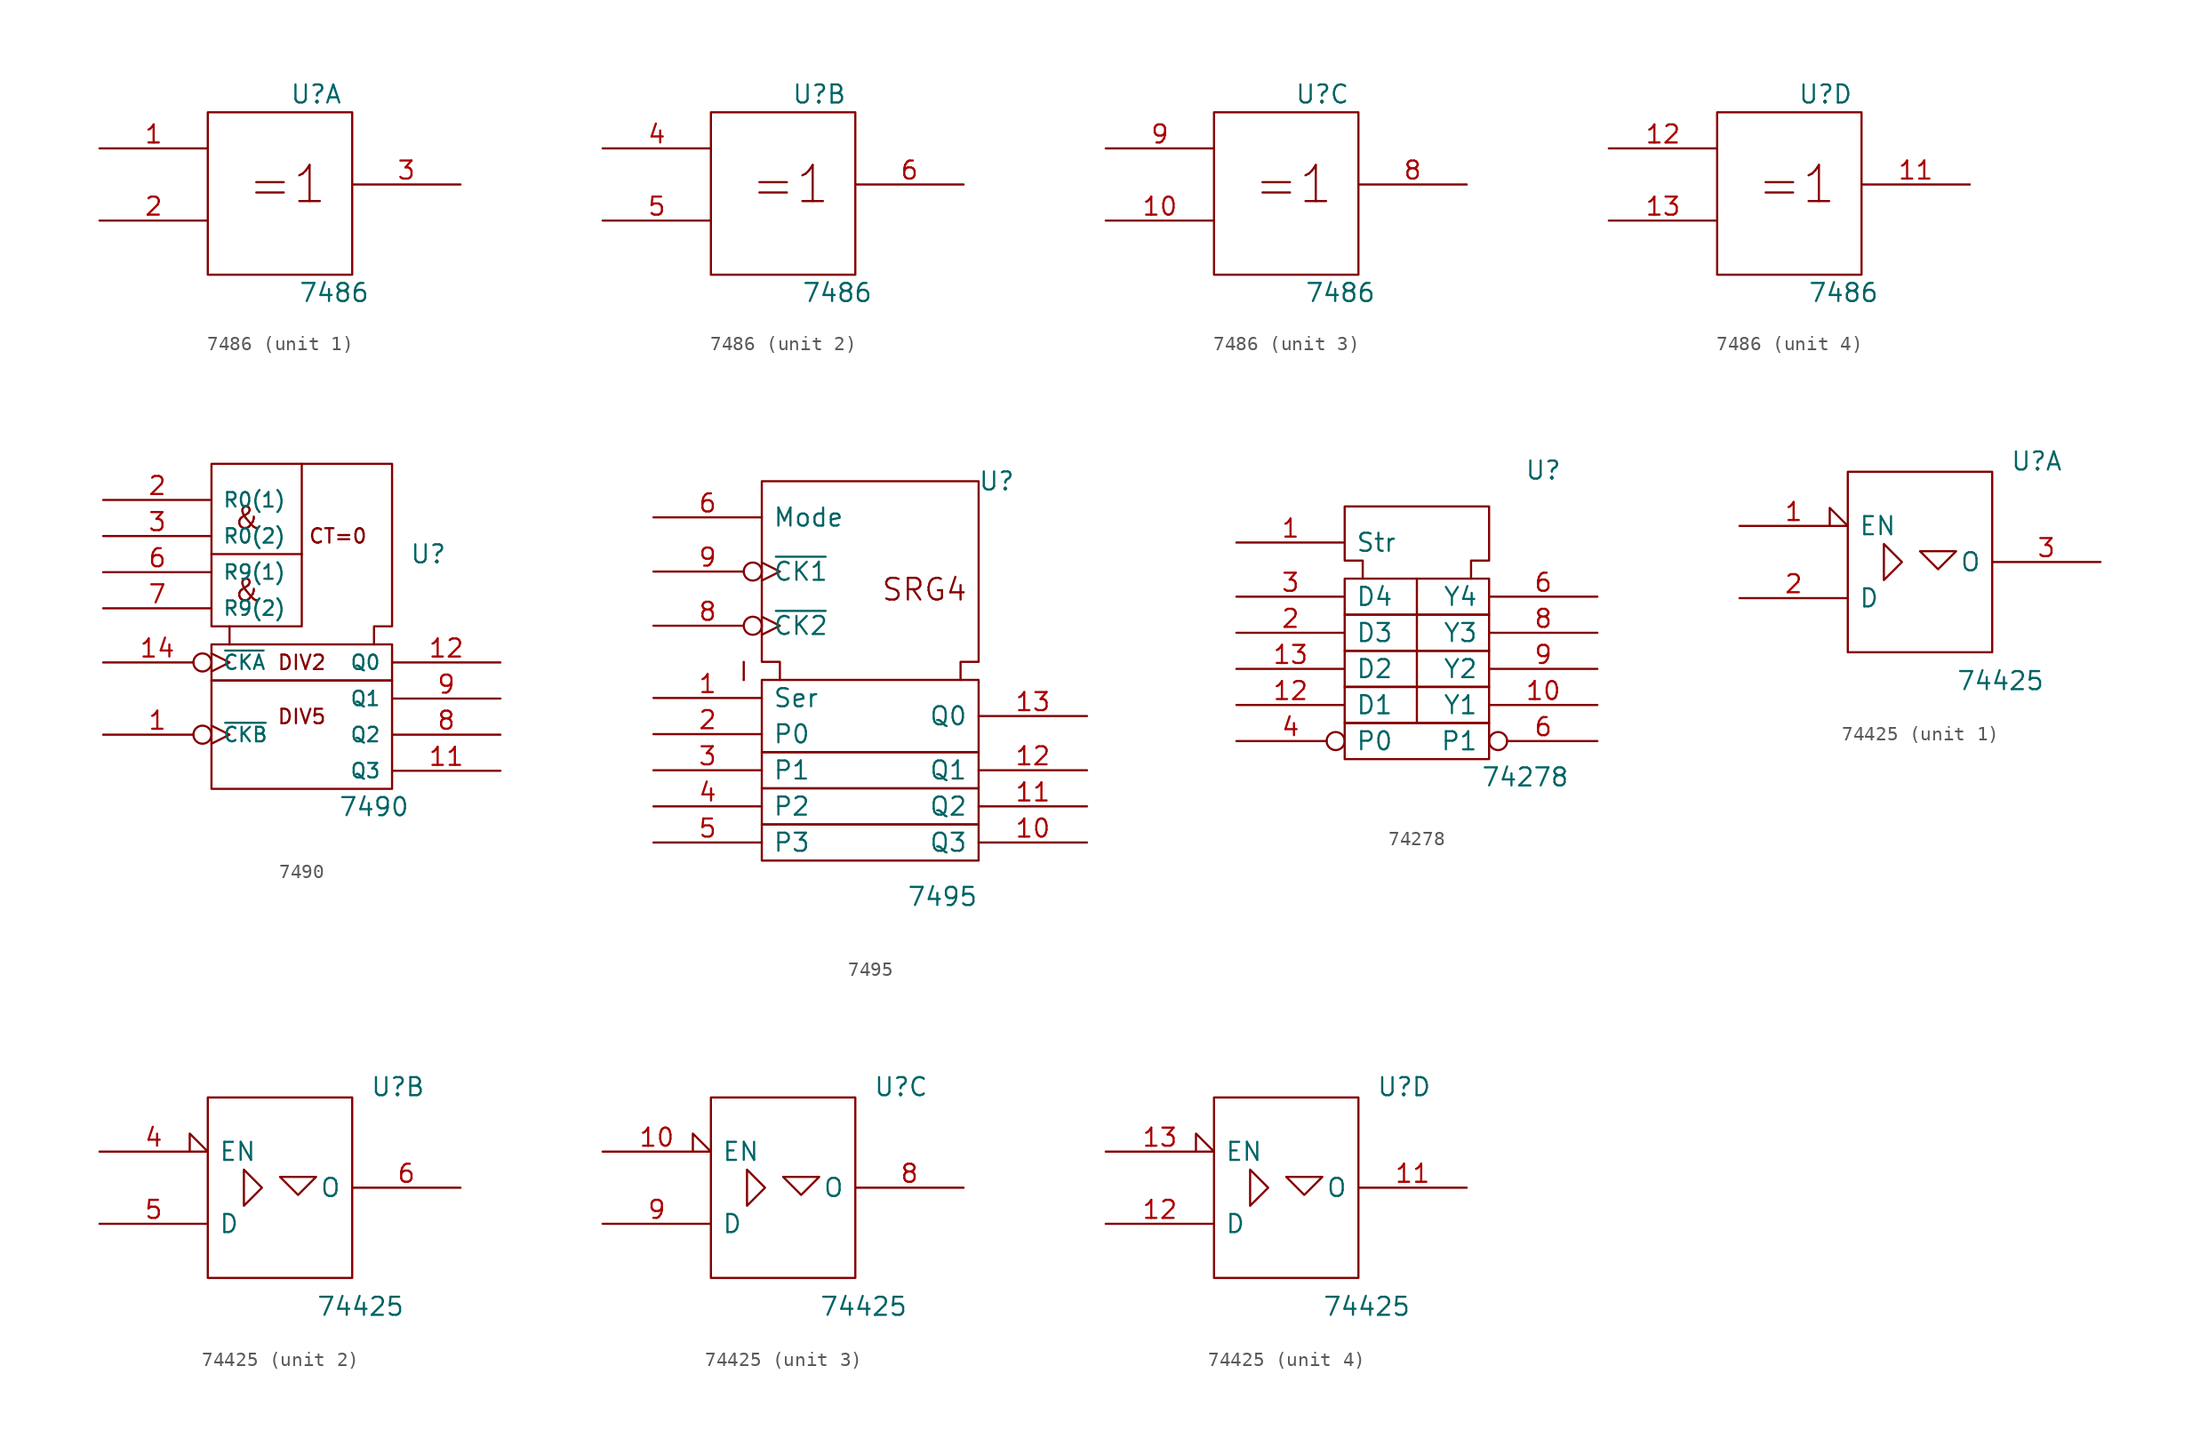
<source format=kicad_sym>
(kicad_symbol_lib
  (version 20231120)
  (generator "kicad_symbol_editor")
  (generator_version "8.0")
  (symbol "7486"
    (pin_names
      (offset 0.762))
    (property "Reference" "U"
      (at 2.54 6.35 0)
      (effects (font (size 1.27 1.27))))
    (property "Value" "7486"
      (at 3.81 -7.62 0)
      (effects (font (size 1.27 1.27))))
    (symbol "7486_0_1"
      (rectangle (start -5.08 5.08) (end 5.08 -6.35) (stroke (width 0) (type default)) (fill (type none)))
      (text "=1" (at 0.508 0 0) (effects (font (size 2.54 2.54))))
      (pin power_in line (at 0 5.08 270) (length 0) hide (name "Vcc" (effects (font (size 1.27 1.27)))) (number "14" (effects (font (size 1.27 1.27)))))
      (pin power_in line (at 0 -6.35 90) (length 0) hide (name "Gnd" (effects (font (size 1.27 1.27)))) (number "7" (effects (font (size 1.27 1.27))))))
    (symbol "7486_1_1"
      (pin input line (at -12.7 2.54 0) (length 7.62) (name "~" (effects (font (size 1.27 1.27)))) (number "1" (effects (font (size 1.27 1.27)))))
      (pin input line (at -12.7 -2.54 0) (length 7.62) (name "~" (effects (font (size 1.27 1.27)))) (number "2" (effects (font (size 1.27 1.27)))))
      (pin output line (at 12.7 0 180) (length 7.62) (name "~" (effects (font (size 1.27 1.27)))) (number "3" (effects (font (size 1.27 1.27))))))
    (symbol "7486_2_1"
      (pin input line (at -12.7 2.54 0) (length 7.62) (name "~" (effects (font (size 1.27 1.27)))) (number "4" (effects (font (size 1.27 1.27)))))
      (pin input line (at -12.7 -2.54 0) (length 7.62) (name "~" (effects (font (size 1.27 1.27)))) (number "5" (effects (font (size 1.27 1.27)))))
      (pin output line (at 12.7 0 180) (length 7.62) (name "~" (effects (font (size 1.27 1.27)))) (number "6" (effects (font (size 1.27 1.27))))))
    (symbol "7486_3_1"
      (pin input line (at -12.7 -2.54 0) (length 7.62) (name "~" (effects (font (size 1.27 1.27)))) (number "10" (effects (font (size 1.27 1.27)))))
      (pin output line (at 12.7 0 180) (length 7.62) (name "~" (effects (font (size 1.27 1.27)))) (number "8" (effects (font (size 1.27 1.27)))))
      (pin input line (at -12.7 2.54 0) (length 7.62) (name "~" (effects (font (size 1.27 1.27)))) (number "9" (effects (font (size 1.27 1.27))))))
    (symbol "7486_4_1"
      (pin output line (at 12.7 0 180) (length 7.62) (name "~" (effects (font (size 1.27 1.27)))) (number "11" (effects (font (size 1.27 1.27)))))
      (pin input line (at -12.7 2.54 0) (length 7.62) (name "~" (effects (font (size 1.27 1.27)))) (number "12" (effects (font (size 1.27 1.27)))))
      (pin input line (at -12.7 -2.54 0) (length 7.62) (name "~" (effects (font (size 1.27 1.27)))) (number "13" (effects (font (size 1.27 1.27)))))))
  (symbol "7490"
    (pin_names
      (offset 0.762))
    (property "Reference" "U"
      (at 8.89 15.24 0)
      (effects (font (size 1.27 1.27))))
    (property "Value" "7490"
      (at 5.08 -2.54 0)
      (effects (font (size 1.27 1.27))))
    (symbol "7490_0_0"
      (rectangle (start -6.35 6.35) (end 6.35 -1.27) (stroke (width 0) (type default)) (fill (type none)))
      (rectangle (start -6.35 8.89) (end 6.35 6.35) (stroke (width 0) (type default)) (fill (type none)))
      (polyline (pts (xy 0 15.24) (xy -6.35 15.24) (xy -6.35 15.24)) (stroke (width 0) (type default)) (fill (type none)))
      (polyline (pts (xy 0 21.59) (xy 0 15.24) (xy 0 15.24)) (stroke (width 0) (type default)) (fill (type none)))
      (polyline (pts (xy 0 15.24) (xy 0 10.16) (xy -5.08 10.16) (xy -5.08 10.16)) (stroke (width 0) (type default)) (fill (type none)))
      (polyline (pts (xy -5.08 8.89) (xy -5.08 10.16) (xy -6.35 10.16) (xy -6.35 21.59) (xy 6.35 21.59) (xy 6.35 10.16) (xy 5.08 10.16) (xy 5.08 8.89) (xy 5.08 8.89)) (stroke (width 0) (type default)) (fill (type none)))
      (text "&" (at -3.81 12.7 0) (effects (font (size 1.524 1.524))))
      (text "&" (at -3.81 17.78 0) (effects (font (size 1.524 1.524))))
      (text "CT=0" (at 2.54 16.51 0) (effects (font (size 1.016 1.016))))
      (text "DIV2" (at 0 7.62 0) (effects (font (size 1.016 1.016))))
      (text "DIV5" (at 0 3.81 0) (effects (font (size 1.016 1.016))))
      (pin input line (at 5.08 21.59 270) (length 0) hide (name "GND" (effects (font (size 1.016 1.016)))) (number "10" (effects (font (size 1.27 1.27)))))
      (pin power_in line (at 1.27 21.59 270) (length 0) hide (name "VCC" (effects (font (size 1.016 1.016)))) (number "5" (effects (font (size 1.27 1.27))))))
    (symbol "7490_1_1"
      (pin input inverted_clock (at -13.97 2.54 0) (length 7.62) (name "~{CKB}" (effects (font (size 1.016 1.016)))) (number "1" (effects (font (size 1.27 1.27)))))
      (pin output line (at 13.97 0 180) (length 7.62) (name "Q3" (effects (font (size 1.016 1.016)))) (number "11" (effects (font (size 1.27 1.27)))))
      (pin output line (at 13.97 7.62 180) (length 7.62) (name "Q0" (effects (font (size 1.016 1.016)))) (number "12" (effects (font (size 1.27 1.27)))))
      (pin input inverted_clock (at -13.97 7.62 0) (length 7.62) (name "~{CKA}" (effects (font (size 1.016 1.016)))) (number "14" (effects (font (size 1.27 1.27)))))
      (pin input line (at -13.97 19.05 0) (length 7.62) (name "R0(1)" (effects (font (size 1.016 1.016)))) (number "2" (effects (font (size 1.27 1.27)))))
      (pin input line (at -13.97 16.51 0) (length 7.62) (name "R0(2)" (effects (font (size 1.016 1.016)))) (number "3" (effects (font (size 1.27 1.27)))))
      (pin input line (at -13.97 13.97 0) (length 7.62) (name "R9(1)" (effects (font (size 1.016 1.016)))) (number "6" (effects (font (size 1.27 1.27)))))
      (pin input line (at -13.97 11.43 0) (length 7.62) (name "R9(2)" (effects (font (size 1.016 1.016)))) (number "7" (effects (font (size 1.27 1.27)))))
      (pin output line (at 13.97 2.54 180) (length 7.62) (name "Q2" (effects (font (size 1.016 1.016)))) (number "8" (effects (font (size 1.27 1.27)))))
      (pin output line (at 13.97 5.08 180) (length 7.62) (name "Q1" (effects (font (size 1.016 1.016)))) (number "9" (effects (font (size 1.27 1.27)))))))
  (symbol "7495"
    (pin_names
      (offset 0.762))
    (property "Reference" "U"
      (at 8.89 13.97 0)
      (effects (font (size 1.27 1.27))))
    (property "Value" "7495"
      (at 5.08 -15.24 0)
      (effects (font (size 1.27 1.27))))
    (symbol "7495_0_0"
      (polyline (pts (xy -8.89 0) (xy -8.89 0)) (stroke (width 0) (type default)) (fill (type none)))
      (polyline (pts (xy -8.89 1.27) (xy -8.89 0) (xy -8.89 0)) (stroke (width 0) (type default)) (fill (type none)))
      (text "SRG4" (at 3.81 6.35 0) (effects (font (size 1.524 1.524))))
      (pin power_in line (at 5.08 13.97 270) (length 0) hide (name "VCC" (effects (font (size 1.27 1.27)))) (number "14" (effects (font (size 1.27 1.27)))))
      (pin power_in line (at 0 13.97 270) (length 0) hide (name "GND" (effects (font (size 1.27 1.27)))) (number "7" (effects (font (size 1.27 1.27))))))
    (symbol "7495_0_1"
      (rectangle (start -7.62 -10.16) (end 7.62 -12.7) (stroke (width 0) (type default)) (fill (type none)))
      (rectangle (start -7.62 -7.62) (end 7.62 -10.16) (stroke (width 0) (type default)) (fill (type none)))
      (rectangle (start -7.62 -5.08) (end 7.62 -7.62) (stroke (width 0) (type default)) (fill (type none)))
      (rectangle (start -7.62 0) (end 7.62 -5.08) (stroke (width 0) (type default)) (fill (type none)))
      (polyline (pts (xy -6.35 0) (xy -6.35 1.27) (xy -7.62 1.27) (xy -7.62 13.97) (xy 7.62 13.97) (xy 7.62 1.27) (xy 6.35 1.27) (xy 6.35 0) (xy 6.35 0)) (stroke (width 0) (type default)) (fill (type none))))
    (symbol "7495_1_1"
      (pin input line (at -15.24 -1.27 0) (length 7.62) (name "Ser" (effects (font (size 1.27 1.27)))) (number "1" (effects (font (size 1.27 1.27)))))
      (pin output line (at 15.24 -11.43 180) (length 7.62) (name "Q3" (effects (font (size 1.27 1.27)))) (number "10" (effects (font (size 1.27 1.27)))))
      (pin output line (at 15.24 -8.89 180) (length 7.62) (name "Q2" (effects (font (size 1.27 1.27)))) (number "11" (effects (font (size 1.27 1.27)))))
      (pin output line (at 15.24 -6.35 180) (length 7.62) (name "Q1" (effects (font (size 1.27 1.27)))) (number "12" (effects (font (size 1.27 1.27)))))
      (pin output line (at 15.24 -2.54 180) (length 7.62) (name "Q0" (effects (font (size 1.27 1.27)))) (number "13" (effects (font (size 1.27 1.27)))))
      (pin input line (at -15.24 -3.81 0) (length 7.62) (name "P0" (effects (font (size 1.27 1.27)))) (number "2" (effects (font (size 1.27 1.27)))))
      (pin input line (at -15.24 -6.35 0) (length 7.62) (name "P1" (effects (font (size 1.27 1.27)))) (number "3" (effects (font (size 1.27 1.27)))))
      (pin input line (at -15.24 -8.89 0) (length 7.62) (name "P2" (effects (font (size 1.27 1.27)))) (number "4" (effects (font (size 1.27 1.27)))))
      (pin input line (at -15.24 -11.43 0) (length 7.62) (name "P3" (effects (font (size 1.27 1.27)))) (number "5" (effects (font (size 1.27 1.27)))))
      (pin input line (at -15.24 11.43 0) (length 7.62) (name "Mode" (effects (font (size 1.27 1.27)))) (number "6" (effects (font (size 1.27 1.27)))))
      (pin input inverted_clock (at -15.24 3.81 0) (length 7.62) (name "~{CK2}" (effects (font (size 1.27 1.27)))) (number "8" (effects (font (size 1.27 1.27)))))
      (pin input inverted_clock (at -15.24 7.62 0) (length 7.62) (name "~{CK1}" (effects (font (size 1.27 1.27)))) (number "9" (effects (font (size 1.27 1.27)))))))
  (symbol "74278"
    (pin_names
      (offset 0.762))
    (property "Reference" "U"
      (at 8.89 10.16 0)
      (effects (font (size 1.27 1.27))))
    (property "Value" "74278"
      (at 7.62 -11.43 0)
      (effects (font (size 1.27 1.27))))
    (symbol "74278_0_0"
      (rectangle (start -5.08 -7.62) (end 5.08 -10.16) (stroke (width 0) (type default)) (fill (type none)))
      (rectangle (start -5.08 -5.08) (end 5.08 -7.62) (stroke (width 0) (type default)) (fill (type none)))
      (rectangle (start -5.08 -2.54) (end 5.08 -5.08) (stroke (width 0) (type default)) (fill (type none)))
      (rectangle (start -5.08 0) (end 5.08 -2.54) (stroke (width 0) (type default)) (fill (type none)))
      (rectangle (start -5.08 2.54) (end 5.08 0) (stroke (width 0) (type default)) (fill (type none)))
      (polyline (pts (xy 0 2.54) (xy 0 -7.62) (xy 0 -7.62)) (stroke (width 0) (type default)) (fill (type none)))
      (polyline (pts (xy -3.81 2.54) (xy -3.81 3.81) (xy -5.08 3.81) (xy -5.08 7.62) (xy 5.08 7.62) (xy 5.08 3.81) (xy 3.81 3.81) (xy 3.81 2.54) (xy 3.81 2.54)) (stroke (width 0) (type default)) (fill (type none)))
      (pin power_in line (at 3.81 7.62 270) (length 0) hide (name "VCC" (effects (font (size 1.27 1.27)))) (number "14" (effects (font (size 1.27 1.27)))))
      (pin power_in line (at 0 7.62 270) (length 0) hide (name "Gnd" (effects (font (size 1.27 1.27)))) (number "7" (effects (font (size 1.27 1.27))))))
    (symbol "74278_1_1"
      (pin input line (at -12.7 5.08 0) (length 7.62) (name "Str" (effects (font (size 1.27 1.27)))) (number "1" (effects (font (size 1.27 1.27)))))
      (pin output line (at 12.7 -6.35 180) (length 7.62) (name "Y1" (effects (font (size 1.27 1.27)))) (number "10" (effects (font (size 1.27 1.27)))))
      (pin input line (at -12.7 -6.35 0) (length 7.62) (name "D1" (effects (font (size 1.27 1.27)))) (number "12" (effects (font (size 1.27 1.27)))))
      (pin input line (at -12.7 -3.81 0) (length 7.62) (name "D2" (effects (font (size 1.27 1.27)))) (number "13" (effects (font (size 1.27 1.27)))))
      (pin input line (at -12.7 -1.27 0) (length 7.62) (name "D3" (effects (font (size 1.27 1.27)))) (number "2" (effects (font (size 1.27 1.27)))))
      (pin input line (at -12.7 1.27 0) (length 7.62) (name "D4" (effects (font (size 1.27 1.27)))) (number "3" (effects (font (size 1.27 1.27)))))
      (pin input inverted (at -12.7 -8.89 0) (length 7.62) (name "P0" (effects (font (size 1.27 1.27)))) (number "4" (effects (font (size 1.27 1.27)))))
      (pin output inverted (at 12.7 -8.89 180) (length 7.62) (name "P1" (effects (font (size 1.27 1.27)))) (number "6" (effects (font (size 1.27 1.27)))))
      (pin output line (at 12.7 1.27 180) (length 7.62) (name "Y4" (effects (font (size 1.27 1.27)))) (number "6" (effects (font (size 1.27 1.27)))))
      (pin output line (at 12.7 -1.27 180) (length 7.62) (name "Y3" (effects (font (size 1.27 1.27)))) (number "8" (effects (font (size 1.27 1.27)))))
      (pin output line (at 12.7 -3.81 180) (length 7.62) (name "Y2" (effects (font (size 1.27 1.27)))) (number "9" (effects (font (size 1.27 1.27)))))))
  (symbol "74425"
    (pin_names
      (offset 0.762))
    (property "Reference" "U"
      (at 6.35 6.35 0)
      (effects (font (size 1.27 1.27)) (justify left bottom)))
    (property "Value" "74425"
      (at 2.54 -7.62 0)
      (effects (font (size 1.27 1.27)) (justify left top)))
    (symbol "74425_0_1"
      (rectangle (start -5.08 6.35) (end 5.08 -6.35) (stroke (width 0) (type default)) (fill (type none)))
      (polyline (pts (xy -2.54 1.27) (xy -2.54 -1.27) (xy -1.27 0) (xy -2.54 1.27) (xy -2.54 1.27)) (stroke (width 0) (type default)) (fill (type none)))
      (polyline (pts (xy 0 0.762) (xy 2.54 0.762) (xy 1.27 -0.508) (xy 0 0.762) (xy 0 0.762)) (stroke (width 0) (type default)) (fill (type none)))
      (pin power_in line (at 0 6.35 270) (length 0) hide (name "VCC" (effects (font (size 1.27 1.27)))) (number "14" (effects (font (size 1.27 1.27)))))
      (pin power_in line (at 0 -6.35 90) (length 0) hide (name "GND" (effects (font (size 1.27 1.27)))) (number "7" (effects (font (size 1.27 1.27))))))
    (symbol "74425_1_0"
      (pin input input_low (at -12.7 2.54 0) (length 7.62) (name "EN" (effects (font (size 1.27 1.27)))) (number "1" (effects (font (size 1.27 1.27))))))
    (symbol "74425_1_1"
      (pin input line (at -12.7 -2.54 0) (length 7.62) (name "D" (effects (font (size 1.27 1.27)))) (number "2" (effects (font (size 1.27 1.27)))))
      (pin tri_state line (at 12.7 0 180) (length 7.62) (name "O" (effects (font (size 1.27 1.27)))) (number "3" (effects (font (size 1.27 1.27))))))
    (symbol "74425_2_0"
      (pin input input_low (at -12.7 2.54 0) (length 7.62) (name "EN" (effects (font (size 1.27 1.27)))) (number "4" (effects (font (size 1.27 1.27))))))
    (symbol "74425_2_1"
      (pin input line (at -12.7 -2.54 0) (length 7.62) (name "D" (effects (font (size 1.27 1.27)))) (number "5" (effects (font (size 1.27 1.27)))))
      (pin tri_state line (at 12.7 0 180) (length 7.62) (name "O" (effects (font (size 1.27 1.27)))) (number "6" (effects (font (size 1.27 1.27))))))
    (symbol "74425_3_0"
      (pin input input_low (at -12.7 2.54 0) (length 7.62) (name "EN" (effects (font (size 1.27 1.27)))) (number "10" (effects (font (size 1.27 1.27))))))
    (symbol "74425_3_1"
      (pin tri_state line (at 12.7 0 180) (length 7.62) (name "O" (effects (font (size 1.27 1.27)))) (number "8" (effects (font (size 1.27 1.27)))))
      (pin input line (at -12.7 -2.54 0) (length 7.62) (name "D" (effects (font (size 1.27 1.27)))) (number "9" (effects (font (size 1.27 1.27))))))
    (symbol "74425_4_0"
      (pin input input_low (at -12.7 2.54 0) (length 7.62) (name "EN" (effects (font (size 1.27 1.27)))) (number "13" (effects (font (size 1.27 1.27))))))
    (symbol "74425_4_1"
      (pin tri_state line (at 12.7 0 180) (length 7.62) (name "O" (effects (font (size 1.27 1.27)))) (number "11" (effects (font (size 1.27 1.27)))))
      (pin input line (at -12.7 -2.54 0) (length 7.62) (name "D" (effects (font (size 1.27 1.27)))) (number "12" (effects (font (size 1.27 1.27))))))))
</source>
